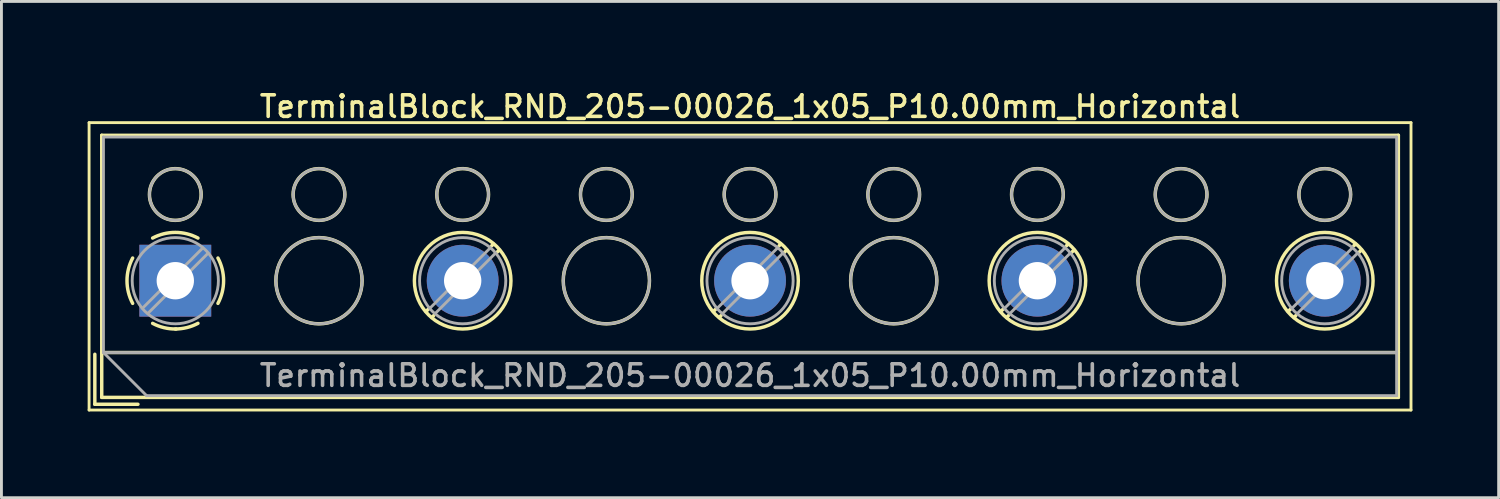
<source format=kicad_pcb>
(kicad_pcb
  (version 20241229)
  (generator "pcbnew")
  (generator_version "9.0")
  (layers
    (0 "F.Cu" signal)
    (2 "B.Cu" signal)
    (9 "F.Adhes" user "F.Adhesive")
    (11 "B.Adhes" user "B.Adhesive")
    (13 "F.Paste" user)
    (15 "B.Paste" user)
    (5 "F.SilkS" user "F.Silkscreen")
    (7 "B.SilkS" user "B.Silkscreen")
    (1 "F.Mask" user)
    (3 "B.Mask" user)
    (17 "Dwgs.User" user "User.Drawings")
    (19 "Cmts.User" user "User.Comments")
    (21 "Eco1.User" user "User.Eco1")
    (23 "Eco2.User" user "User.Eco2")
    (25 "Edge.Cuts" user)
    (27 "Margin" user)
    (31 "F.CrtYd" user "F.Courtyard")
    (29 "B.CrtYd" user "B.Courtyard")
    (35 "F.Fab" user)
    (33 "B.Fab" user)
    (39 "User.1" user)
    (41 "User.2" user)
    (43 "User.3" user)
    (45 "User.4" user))
  (footprint "TerminalBlock_RND_205-00026_1x05_P10.00mm_Horizontal"
    (layer "F.Cu")
    (at 3.05 6.718)
    (property "Reference" "TerminalBlock_RND_205-00026_1x05_P10.00mm_Horizontal" (at 20 -6.06 0) (layer "F.SilkS") (effects (font (size 0.75 0.75) (thickness 0.125))))
    (attr through_hole)
    (fp_line (start -3 -5.5) (end -3 4.5) (stroke (width 0.1) (type solid)) (layer "F.SilkS"))
    (fp_line (start -3 4.5) (end 43 4.5) (stroke (width 0.1) (type solid)) (layer "F.SilkS"))
    (fp_line (start -2.8 2.56) (end -2.8 4.3) (stroke (width 0.12) (type solid)) (layer "F.SilkS"))
    (fp_line (start -2.8 4.3) (end -1.3 4.3) (stroke (width 0.12) (type solid)) (layer "F.SilkS"))
    (fp_line (start -2.56 -5.06) (end -2.56 4.06) (stroke (width 0.12) (type solid)) (layer "F.SilkS"))
    (fp_line (start -2.56 -5.06) (end 42.56 -5.06) (stroke (width 0.12) (type solid)) (layer "F.SilkS"))
    (fp_line (start -2.56 2.5) (end 42.56 2.5) (stroke (width 0.12) (type solid)) (layer "F.SilkS"))
    (fp_line (start -2.56 4.06) (end 42.56 4.06) (stroke (width 0.12) (type solid)) (layer "F.SilkS"))
    (fp_line (start 8.82 0.976) (end 8.726 1.069) (stroke (width 0.12) (type solid)) (layer "F.SilkS"))
    (fp_line (start 8.99 1.216) (end 8.931 1.274) (stroke (width 0.12) (type solid)) (layer "F.SilkS"))
    (fp_line (start 11.07 -1.275) (end 11.011 -1.216) (stroke (width 0.12) (type solid)) (layer "F.SilkS"))
    (fp_line (start 11.275 -1.069) (end 11.181 -0.976) (stroke (width 0.12) (type solid)) (layer "F.SilkS"))
    (fp_line (start 18.82 0.976) (end 18.726 1.069) (stroke (width 0.12) (type solid)) (layer "F.SilkS"))
    (fp_line (start 18.99 1.216) (end 18.931 1.274) (stroke (width 0.12) (type solid)) (layer "F.SilkS"))
    (fp_line (start 21.07 -1.275) (end 21.011 -1.216) (stroke (width 0.12) (type solid)) (layer "F.SilkS"))
    (fp_line (start 21.275 -1.069) (end 21.181 -0.976) (stroke (width 0.12) (type solid)) (layer "F.SilkS"))
    (fp_line (start 28.82 0.976) (end 28.726 1.069) (stroke (width 0.12) (type solid)) (layer "F.SilkS"))
    (fp_line (start 28.99 1.216) (end 28.931 1.274) (stroke (width 0.12) (type solid)) (layer "F.SilkS"))
    (fp_line (start 31.07 -1.275) (end 31.011 -1.216) (stroke (width 0.12) (type solid)) (layer "F.SilkS"))
    (fp_line (start 31.275 -1.069) (end 31.181 -0.976) (stroke (width 0.12) (type solid)) (layer "F.SilkS"))
    (fp_line (start 38.82 0.976) (end 38.726 1.069) (stroke (width 0.12) (type solid)) (layer "F.SilkS"))
    (fp_line (start 38.99 1.216) (end 38.931 1.274) (stroke (width 0.12) (type solid)) (layer "F.SilkS"))
    (fp_line (start 41.07 -1.275) (end 41.011 -1.216) (stroke (width 0.12) (type solid)) (layer "F.SilkS"))
    (fp_line (start 41.275 -1.069) (end 41.181 -0.976) (stroke (width 0.12) (type solid)) (layer "F.SilkS"))
    (fp_line (start 42.56 -5.06) (end 42.56 4.06) (stroke (width 0.12) (type solid)) (layer "F.SilkS"))
    (fp_line (start 43 -5.5) (end -3 -5.5) (stroke (width 0.1) (type solid)) (layer "F.SilkS"))
    (fp_line (start 43 4.5) (end 43 -5.5) (stroke (width 0.1) (type solid)) (layer "F.SilkS"))
    (fp_arc (start -1.483953 0.789089) (mid -1.680708 0.00005) (end -1.484 -0.789) (stroke (width 0.12) (type solid)) (layer "F.SilkS"))
    (fp_arc (start -0.789089 -1.483953) (mid -0.00005 -1.680708) (end 0.789 -1.484) (stroke (width 0.12) (type solid)) (layer "F.SilkS"))
    (fp_arc (start 0.029383 1.68045) (mid -0.392304 1.634281) (end -0.789 1.484) (stroke (width 0.12) (type solid)) (layer "F.SilkS"))
    (fp_arc (start 0.788712 1.483352) (mid 0.406429 1.630097) (end 0 1.68) (stroke (width 0.12) (type solid)) (layer "F.SilkS"))
    (fp_arc (start 1.483953 -0.789089) (mid 1.680708 -0.00005) (end 1.484 0.789) (stroke (width 0.12) (type solid)) (layer "F.SilkS"))
    (fp_circle (center 0 -3) (end 0.9 -3) (stroke (width 0.12) (type solid)) (fill no) (layer "F.SilkS"))
    (fp_circle (center 5 -3) (end 5.9 -3) (stroke (width 0.12) (type solid)) (fill no) (layer "F.SilkS"))
    (fp_circle (center 5 0) (end 6.5 0) (stroke (width 0.12) (type solid)) (fill no) (layer "F.SilkS"))
    (fp_circle (center 10 -3) (end 10.9 -3) (stroke (width 0.12) (type solid)) (fill no) (layer "F.SilkS"))
    (fp_circle (center 10 0) (end 11.68 0) (stroke (width 0.12) (type solid)) (fill no) (layer "F.SilkS"))
    (fp_circle (center 15 -3) (end 15.9 -3) (stroke (width 0.12) (type solid)) (fill no) (layer "F.SilkS"))
    (fp_circle (center 15 0) (end 16.5 0) (stroke (width 0.12) (type solid)) (fill no) (layer "F.SilkS"))
    (fp_circle (center 20 -3) (end 20.9 -3) (stroke (width 0.12) (type solid)) (fill no) (layer "F.SilkS"))
    (fp_circle (center 20 0) (end 21.68 0) (stroke (width 0.12) (type solid)) (fill no) (layer "F.SilkS"))
    (fp_circle (center 25 -3) (end 25.9 -3) (stroke (width 0.12) (type solid)) (fill no) (layer "F.SilkS"))
    (fp_circle (center 25 0) (end 26.5 0) (stroke (width 0.12) (type solid)) (fill no) (layer "F.SilkS"))
    (fp_circle (center 30 -3) (end 30.9 -3) (stroke (width 0.12) (type solid)) (fill no) (layer "F.SilkS"))
    (fp_circle (center 30 0) (end 31.68 0) (stroke (width 0.12) (type solid)) (fill no) (layer "F.SilkS"))
    (fp_circle (center 35 -3) (end 35.9 -3) (stroke (width 0.12) (type solid)) (fill no) (layer "F.SilkS"))
    (fp_circle (center 35 0) (end 36.5 0) (stroke (width 0.12) (type solid)) (fill no) (layer "F.SilkS"))
    (fp_circle (center 40 -3) (end 40.9 -3) (stroke (width 0.12) (type solid)) (fill no) (layer "F.SilkS"))
    (fp_circle (center 40 0) (end 41.68 0) (stroke (width 0.12) (type solid)) (fill no) (layer "F.SilkS"))
    (fp_line (start -2.5 -5) (end 42.5 -5) (stroke (width 0.1) (type solid)) (layer "F.Fab"))
    (fp_line (start -2.5 2.5) (end -2.5 -5) (stroke (width 0.1) (type solid)) (layer "F.Fab"))
    (fp_line (start -2.5 2.5) (end 42.5 2.5) (stroke (width 0.1) (type solid)) (layer "F.Fab"))
    (fp_line (start -1 4) (end -2.5 2.5) (stroke (width 0.1) (type solid)) (layer "F.Fab"))
    (fp_line (start 0.955 -1.138) (end -1.138 0.955) (stroke (width 0.1) (type solid)) (layer "F.Fab"))
    (fp_line (start 1.138 -0.955) (end -0.955 1.138) (stroke (width 0.1) (type solid)) (layer "F.Fab"))
    (fp_line (start 10.955 -1.138) (end 8.863 0.955) (stroke (width 0.1) (type solid)) (layer "F.Fab"))
    (fp_line (start 11.138 -0.955) (end 9.046 1.138) (stroke (width 0.1) (type solid)) (layer "F.Fab"))
    (fp_line (start 20.955 -1.138) (end 18.863 0.955) (stroke (width 0.1) (type solid)) (layer "F.Fab"))
    (fp_line (start 21.138 -0.955) (end 19.046 1.138) (stroke (width 0.1) (type solid)) (layer "F.Fab"))
    (fp_line (start 30.955 -1.138) (end 28.863 0.955) (stroke (width 0.1) (type solid)) (layer "F.Fab"))
    (fp_line (start 31.138 -0.955) (end 29.046 1.138) (stroke (width 0.1) (type solid)) (layer "F.Fab"))
    (fp_line (start 40.955 -1.138) (end 38.863 0.955) (stroke (width 0.1) (type solid)) (layer "F.Fab"))
    (fp_line (start 41.138 -0.955) (end 39.046 1.138) (stroke (width 0.1) (type solid)) (layer "F.Fab"))
    (fp_line (start 42.5 -5) (end 42.5 4) (stroke (width 0.1) (type solid)) (layer "F.Fab"))
    (fp_line (start 42.5 4) (end -1 4) (stroke (width 0.1) (type solid)) (layer "F.Fab"))
    (fp_circle (center 0 -3) (end 0.9 -3) (stroke (width 0.1) (type solid)) (fill no) (layer "F.Fab"))
    (fp_circle (center 0 0) (end 1.5 0) (stroke (width 0.1) (type solid)) (fill no) (layer "F.Fab"))
    (fp_circle (center 5 -3) (end 5.9 -3) (stroke (width 0.1) (type solid)) (fill no) (layer "F.Fab"))
    (fp_circle (center 5 0) (end 6.5 0) (stroke (width 0.1) (type solid)) (fill no) (layer "F.Fab"))
    (fp_circle (center 10 -3) (end 10.9 -3) (stroke (width 0.1) (type solid)) (fill no) (layer "F.Fab"))
    (fp_circle (center 10 0) (end 11.5 0) (stroke (width 0.1) (type solid)) (fill no) (layer "F.Fab"))
    (fp_circle (center 15 -3) (end 15.9 -3) (stroke (width 0.1) (type solid)) (fill no) (layer "F.Fab"))
    (fp_circle (center 15 0) (end 16.5 0) (stroke (width 0.1) (type solid)) (fill no) (layer "F.Fab"))
    (fp_circle (center 20 -3) (end 20.9 -3) (stroke (width 0.1) (type solid)) (fill no) (layer "F.Fab"))
    (fp_circle (center 20 0) (end 21.5 0) (stroke (width 0.1) (type solid)) (fill no) (layer "F.Fab"))
    (fp_circle (center 25 -3) (end 25.9 -3) (stroke (width 0.1) (type solid)) (fill no) (layer "F.Fab"))
    (fp_circle (center 25 0) (end 26.5 0) (stroke (width 0.1) (type solid)) (fill no) (layer "F.Fab"))
    (fp_circle (center 30 -3) (end 30.9 -3) (stroke (width 0.1) (type solid)) (fill no) (layer "F.Fab"))
    (fp_circle (center 30 0) (end 31.5 0) (stroke (width 0.1) (type solid)) (fill no) (layer "F.Fab"))
    (fp_circle (center 35 -3) (end 35.9 -3) (stroke (width 0.1) (type solid)) (fill no) (layer "F.Fab"))
    (fp_circle (center 35 0) (end 36.5 0) (stroke (width 0.1) (type solid)) (fill no) (layer "F.Fab"))
    (fp_circle (center 40 -3) (end 40.9 -3) (stroke (width 0.1) (type solid)) (fill no) (layer "F.Fab"))
    (fp_circle (center 40 0) (end 41.5 0) (stroke (width 0.1) (type solid)) (fill no) (layer "F.Fab"))
    (fp_text user "${REFERENCE}" (at 20 3.3 0) (layer "F.Fab") (effects (font (size 0.75 0.75) (thickness 0.125))))
    (pad "1" thru_hole rect (at 0 0) (size 2.5 2.5) (drill 1.3) (layers "*.Cu" "*.Mask"))
    (pad "2" thru_hole circle (at 10 0) (size 2.5 2.5) (drill 1.3) (layers "*.Cu" "*.Mask"))
    (pad "3" thru_hole circle (at 20 0) (size 2.5 2.5) (drill 1.3) (layers "*.Cu" "*.Mask"))
    (pad "4" thru_hole circle (at 30 0) (size 2.5 2.5) (drill 1.3) (layers "*.Cu" "*.Mask"))
    (pad "5" thru_hole circle (at 40 0) (size 2.5 2.5) (drill 1.3) (layers "*.Cu" "*.Mask")))
  (gr_rect
    (start -3 -3)
    (end 49.1 14.268)
    (stroke (width 0.1) (type default))
    (fill no)
    (layer "Edge.Cuts")))
</source>
